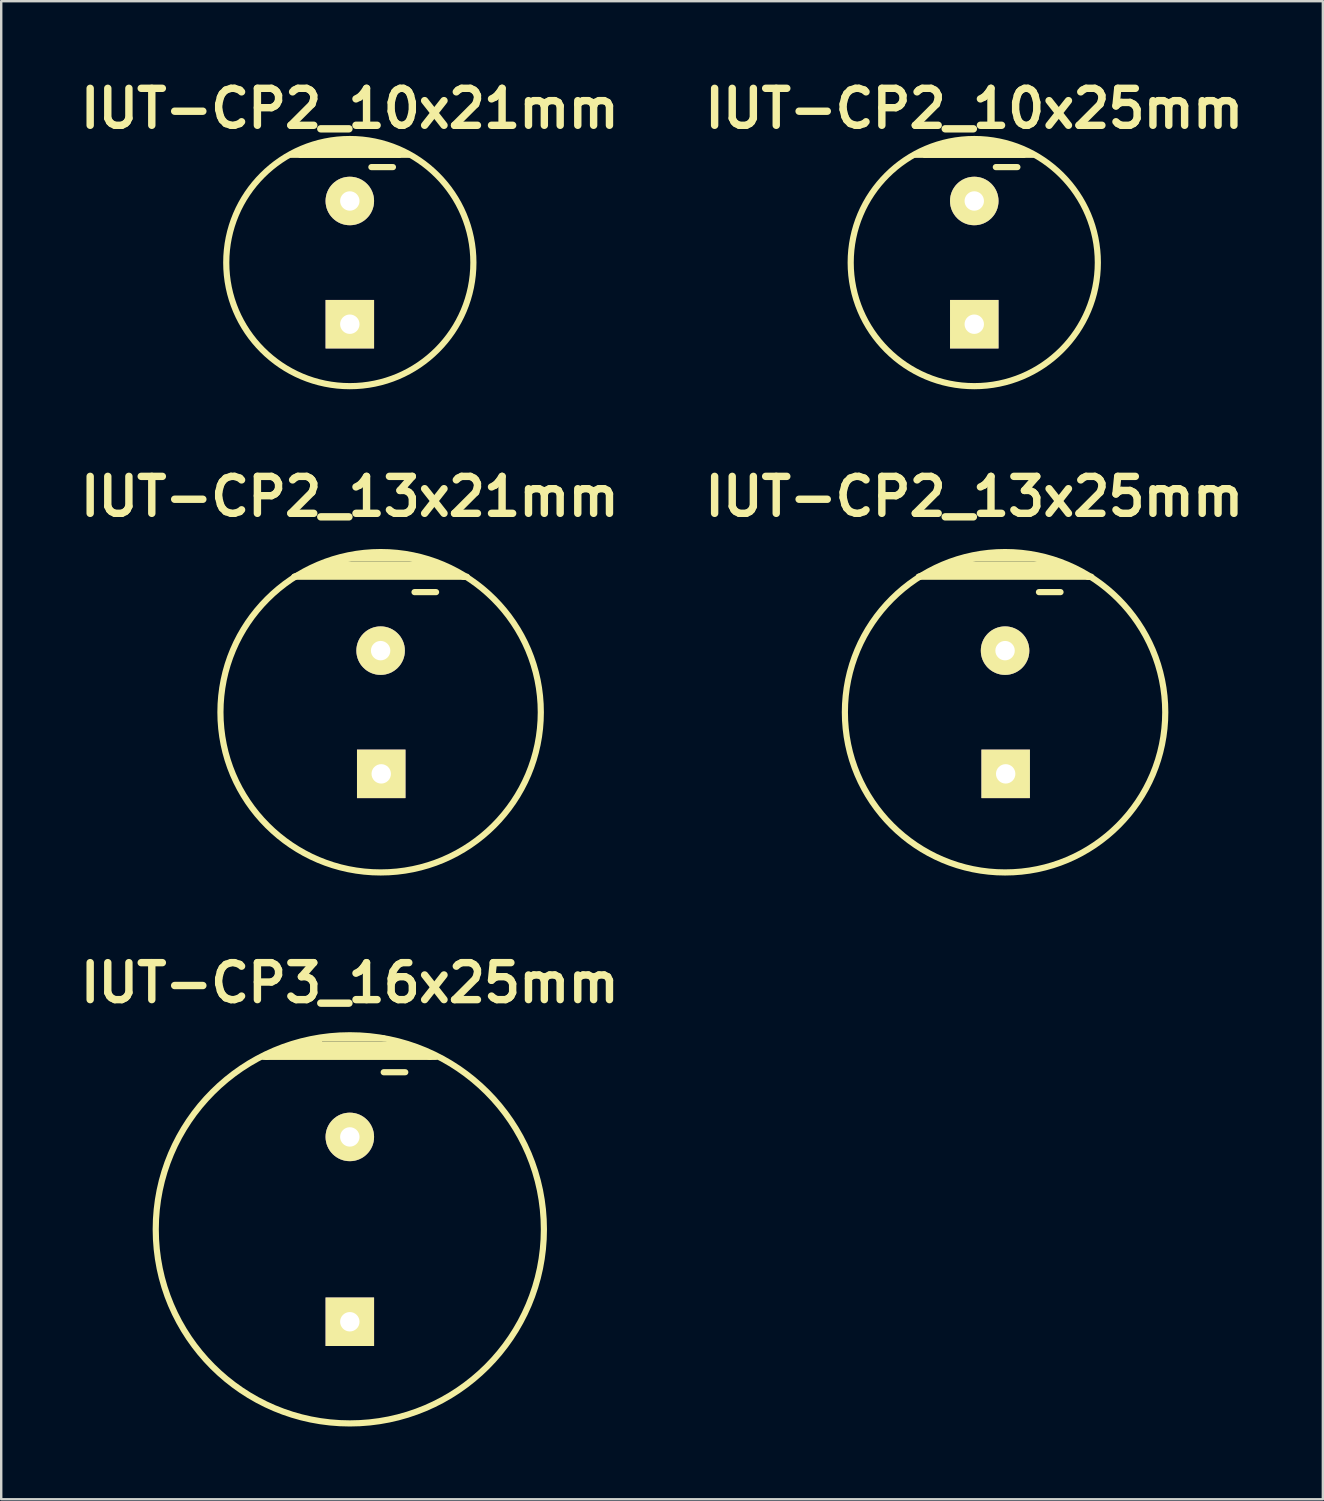
<source format=kicad_pcb>
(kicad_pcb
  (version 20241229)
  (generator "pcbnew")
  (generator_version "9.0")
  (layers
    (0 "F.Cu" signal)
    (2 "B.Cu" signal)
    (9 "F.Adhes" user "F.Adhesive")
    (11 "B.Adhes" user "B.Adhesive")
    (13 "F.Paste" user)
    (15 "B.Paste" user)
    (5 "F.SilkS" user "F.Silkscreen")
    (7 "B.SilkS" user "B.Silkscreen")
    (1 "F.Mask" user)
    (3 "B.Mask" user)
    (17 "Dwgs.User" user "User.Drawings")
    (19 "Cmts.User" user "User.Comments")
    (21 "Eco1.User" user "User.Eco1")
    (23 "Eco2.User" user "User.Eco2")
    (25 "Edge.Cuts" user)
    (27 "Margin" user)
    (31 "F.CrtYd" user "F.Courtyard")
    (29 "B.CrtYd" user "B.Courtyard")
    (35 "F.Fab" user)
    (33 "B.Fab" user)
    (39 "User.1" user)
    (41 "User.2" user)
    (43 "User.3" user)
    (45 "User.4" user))
  (footprint "IUT-CP2_10x21mm"
    (layer "F.Cu")
    (at 11.372 7.776)
    (property "Reference" "IUT-CP2_10x21mm" (at 0 -6.35 0) (layer "F.SilkS") (effects (font (size 1.524 1.524) (thickness 0.305))))
    (attr through_hole)
    (fp_line (start -2.413 -4.445) (end 2.413 -4.445) (stroke (width 0.254) (type solid)) (layer "F.SilkS"))
    (fp_line (start -2.032 -4.445) (end -1.651 -4.572) (stroke (width 0.254) (type solid)) (layer "F.SilkS"))
    (fp_line (start -1.651 -4.572) (end 1.651 -4.572) (stroke (width 0.254) (type solid)) (layer "F.SilkS"))
    (fp_line (start -1.524 -4.699) (end 1.524 -4.699) (stroke (width 0.254) (type solid)) (layer "F.SilkS"))
    (fp_line (start -1.016 -4.826) (end 1.016 -4.826) (stroke (width 0.254) (type solid)) (layer "F.SilkS"))
    (fp_line (start 0.889 -3.937) (end 1.778 -3.937) (stroke (width 0.254) (type solid)) (layer "F.SilkS"))
    (fp_line (start 1.016 -4.953) (end -1.016 -4.953) (stroke (width 0.254) (type solid)) (layer "F.SilkS"))
    (fp_line (start 1.143 -4.826) (end -1.143 -4.826) (stroke (width 0.254) (type solid)) (layer "F.SilkS"))
    (fp_line (start 1.651 -4.572) (end 2.032 -4.445) (stroke (width 0.254) (type solid)) (layer "F.SilkS"))
    (fp_line (start 2.032 -4.445) (end -2.032 -4.445) (stroke (width 0.254) (type solid)) (layer "F.SilkS"))
    (fp_circle (center 0 0) (end 5.08 0.381) (stroke (width 0.254) (type solid)) (fill no) (layer "F.SilkS"))
    (pad "1" thru_hole rect (at 0 2.54) (size 1.999 1.999) (drill 0.8) (layers "*.Mask" "B.Cu" "F.SilkS"))
    (pad "2" thru_hole circle (at 0 -2.54) (size 1.999 1.999) (drill 0.8) (layers "*.Mask" "B.Cu" "F.SilkS")))
  (footprint "IUT-CP2_13x25mm"
    (layer "F.Cu")
    (at 38.386 26.314)
    (property "Reference" "IUT-CP2_13x25mm" (at -1.27 -8.89 0) (layer "F.SilkS") (effects (font (size 1.524 1.524) (thickness 0.305))))
    (attr through_hole)
    (fp_line (start -3.556 -5.588) (end -0.889 -6.477) (stroke (width 0.254) (type solid)) (layer "F.SilkS"))
    (fp_line (start -2.794 -5.842) (end -2.667 -5.842) (stroke (width 0.254) (type solid)) (layer "F.SilkS"))
    (fp_line (start -2.794 -5.715) (end -1.905 -5.715) (stroke (width 0.254) (type solid)) (layer "F.SilkS"))
    (fp_line (start -2.159 -6.096) (end 2.159 -6.096) (stroke (width 0.254) (type solid)) (layer "F.SilkS"))
    (fp_line (start -2.032 -5.969) (end 2.032 -5.969) (stroke (width 0.254) (type solid)) (layer "F.SilkS"))
    (fp_line (start -0.889 -6.477) (end 0.889 -6.477) (stroke (width 0.254) (type solid)) (layer "F.SilkS"))
    (fp_line (start 0.889 -6.477) (end 3.429 -5.588) (stroke (width 0.254) (type solid)) (layer "F.SilkS"))
    (fp_line (start 1.397 -6.35) (end -1.27 -6.35) (stroke (width 0.254) (type solid)) (layer "F.SilkS"))
    (fp_line (start 1.397 -4.953) (end 2.286 -4.953) (stroke (width 0.254) (type solid)) (layer "F.SilkS"))
    (fp_line (start 2.794 -5.842) (end -2.794 -5.842) (stroke (width 0.254) (type solid)) (layer "F.SilkS"))
    (fp_line (start 2.921 -5.715) (end -2.794 -5.715) (stroke (width 0.254) (type solid)) (layer "F.SilkS"))
    (fp_line (start 3.429 -5.588) (end 3.048 -5.715) (stroke (width 0.254) (type solid)) (layer "F.SilkS"))
    (fp_line (start 3.556 -5.588) (end -3.556 -5.588) (stroke (width 0.254) (type solid)) (layer "F.SilkS"))
    (fp_circle (center 0 0) (end -6.604 0) (stroke (width 0.254) (type solid)) (fill no) (layer "F.SilkS"))
    (pad "1" thru_hole rect (at 0.025 2.54) (size 1.999 1.999) (drill 0.8) (layers "*.Mask" "B.Cu" "F.SilkS"))
    (pad "2" thru_hole circle (at 0 -2.54) (size 1.999 1.999) (drill 0.8) (layers "*.Mask" "B.Cu" "F.SilkS")))
  (footprint "IUT-CP2_10x25mm"
    (layer "F.Cu")
    (at 37.116 7.776)
    (property "Reference" "IUT-CP2_10x25mm" (at 0 -6.35 0) (layer "F.SilkS") (effects (font (size 1.524 1.524) (thickness 0.305))))
    (attr through_hole)
    (fp_line (start -2.413 -4.445) (end 2.413 -4.445) (stroke (width 0.254) (type solid)) (layer "F.SilkS"))
    (fp_line (start -2.032 -4.445) (end -1.651 -4.572) (stroke (width 0.254) (type solid)) (layer "F.SilkS"))
    (fp_line (start -1.651 -4.572) (end 1.651 -4.572) (stroke (width 0.254) (type solid)) (layer "F.SilkS"))
    (fp_line (start -1.524 -4.699) (end 1.524 -4.699) (stroke (width 0.254) (type solid)) (layer "F.SilkS"))
    (fp_line (start -1.016 -4.826) (end 1.016 -4.826) (stroke (width 0.254) (type solid)) (layer "F.SilkS"))
    (fp_line (start 0.889 -3.937) (end 1.778 -3.937) (stroke (width 0.254) (type solid)) (layer "F.SilkS"))
    (fp_line (start 1.016 -4.953) (end -1.016 -4.953) (stroke (width 0.254) (type solid)) (layer "F.SilkS"))
    (fp_line (start 1.143 -4.826) (end -1.143 -4.826) (stroke (width 0.254) (type solid)) (layer "F.SilkS"))
    (fp_line (start 1.651 -4.572) (end 2.032 -4.445) (stroke (width 0.254) (type solid)) (layer "F.SilkS"))
    (fp_line (start 2.032 -4.445) (end -2.032 -4.445) (stroke (width 0.254) (type solid)) (layer "F.SilkS"))
    (fp_circle (center 0 0) (end 5.08 0.381) (stroke (width 0.254) (type solid)) (fill no) (layer "F.SilkS"))
    (pad "1" thru_hole rect (at 0 2.54) (size 1.999 1.999) (drill 0.8) (layers "*.Mask" "B.Cu" "F.SilkS"))
    (pad "2" thru_hole circle (at 0 -2.54) (size 1.999 1.999) (drill 0.8) (layers "*.Mask" "B.Cu" "F.SilkS")))
  (footprint "IUT-CP3_16x25mm"
    (layer "F.Cu")
    (at 11.372 47.632)
    (property "Reference" "IUT-CP3_16x25mm" (at 0 -10.16 0) (layer "F.SilkS") (effects (font (size 1.524 1.524) (thickness 0.305))))
    (attr through_hole)
    (fp_line (start -3.429 -7.112) (end -1.27 -7.747) (stroke (width 0.254) (type solid)) (layer "F.SilkS"))
    (fp_line (start -2.794 -7.366) (end -2.667 -7.366) (stroke (width 0.254) (type solid)) (layer "F.SilkS"))
    (fp_line (start -2.794 -7.239) (end -1.905 -7.239) (stroke (width 0.254) (type solid)) (layer "F.SilkS"))
    (fp_line (start -2.159 -7.62) (end 2.159 -7.62) (stroke (width 0.254) (type solid)) (layer "F.SilkS"))
    (fp_line (start -2.032 -7.493) (end 2.032 -7.493) (stroke (width 0.254) (type solid)) (layer "F.SilkS"))
    (fp_line (start 1.397 -7.874) (end -1.27 -7.874) (stroke (width 0.254) (type solid)) (layer "F.SilkS"))
    (fp_line (start 1.397 -6.477) (end 2.286 -6.477) (stroke (width 0.254) (type solid)) (layer "F.SilkS"))
    (fp_line (start 2.794 -7.366) (end -2.794 -7.366) (stroke (width 0.254) (type solid)) (layer "F.SilkS"))
    (fp_line (start 2.921 -7.239) (end -2.794 -7.239) (stroke (width 0.254) (type solid)) (layer "F.SilkS"))
    (fp_line (start 3.302 -7.112) (end 2.159 -7.493) (stroke (width 0.254) (type solid)) (layer "F.SilkS"))
    (fp_line (start 3.556 -7.112) (end -3.556 -7.112) (stroke (width 0.254) (type solid)) (layer "F.SilkS"))
    (fp_circle (center 0 0) (end 8.001 0) (stroke (width 0.254) (type solid)) (fill no) (layer "F.SilkS"))
    (pad "1" thru_hole rect (at 0 3.81) (size 1.999 1.999) (drill 0.8) (layers "*.Mask" "B.Cu" "F.SilkS"))
    (pad "2" thru_hole circle (at 0 -3.81) (size 1.999 1.999) (drill 0.8) (layers "*.Mask" "B.Cu" "F.SilkS")))
  (footprint "IUT-CP2_13x21mm"
    (layer "F.Cu")
    (at 12.642 26.314)
    (property "Reference" "IUT-CP2_13x21mm" (at -1.27 -8.89 0) (layer "F.SilkS") (effects (font (size 1.524 1.524) (thickness 0.305))))
    (attr through_hole)
    (fp_line (start -3.556 -5.588) (end -0.889 -6.477) (stroke (width 0.254) (type solid)) (layer "F.SilkS"))
    (fp_line (start -2.794 -5.842) (end -2.667 -5.842) (stroke (width 0.254) (type solid)) (layer "F.SilkS"))
    (fp_line (start -2.794 -5.715) (end -1.905 -5.715) (stroke (width 0.254) (type solid)) (layer "F.SilkS"))
    (fp_line (start -2.159 -6.096) (end 2.159 -6.096) (stroke (width 0.254) (type solid)) (layer "F.SilkS"))
    (fp_line (start -2.032 -5.969) (end 2.032 -5.969) (stroke (width 0.254) (type solid)) (layer "F.SilkS"))
    (fp_line (start -0.889 -6.477) (end 0.889 -6.477) (stroke (width 0.254) (type solid)) (layer "F.SilkS"))
    (fp_line (start 0.889 -6.477) (end 3.429 -5.588) (stroke (width 0.254) (type solid)) (layer "F.SilkS"))
    (fp_line (start 1.397 -6.35) (end -1.27 -6.35) (stroke (width 0.254) (type solid)) (layer "F.SilkS"))
    (fp_line (start 1.397 -4.953) (end 2.286 -4.953) (stroke (width 0.254) (type solid)) (layer "F.SilkS"))
    (fp_line (start 2.794 -5.842) (end -2.794 -5.842) (stroke (width 0.254) (type solid)) (layer "F.SilkS"))
    (fp_line (start 2.921 -5.715) (end -2.794 -5.715) (stroke (width 0.254) (type solid)) (layer "F.SilkS"))
    (fp_line (start 3.429 -5.588) (end 3.048 -5.715) (stroke (width 0.254) (type solid)) (layer "F.SilkS"))
    (fp_line (start 3.556 -5.588) (end -3.556 -5.588) (stroke (width 0.254) (type solid)) (layer "F.SilkS"))
    (fp_circle (center 0 0) (end -6.604 0) (stroke (width 0.254) (type solid)) (fill no) (layer "F.SilkS"))
    (pad "1" thru_hole rect (at 0.025 2.54) (size 1.999 1.999) (drill 0.8) (layers "*.Mask" "B.Cu" "F.SilkS"))
    (pad "2" thru_hole circle (at 0 -2.54) (size 1.999 1.999) (drill 0.8) (layers "*.Mask" "B.Cu" "F.SilkS")))
  (gr_rect
    (start -3 -3)
    (end 51.488 58.76)
    (stroke (width 0.1) (type default))
    (fill no)
    (layer "Edge.Cuts")))
</source>
